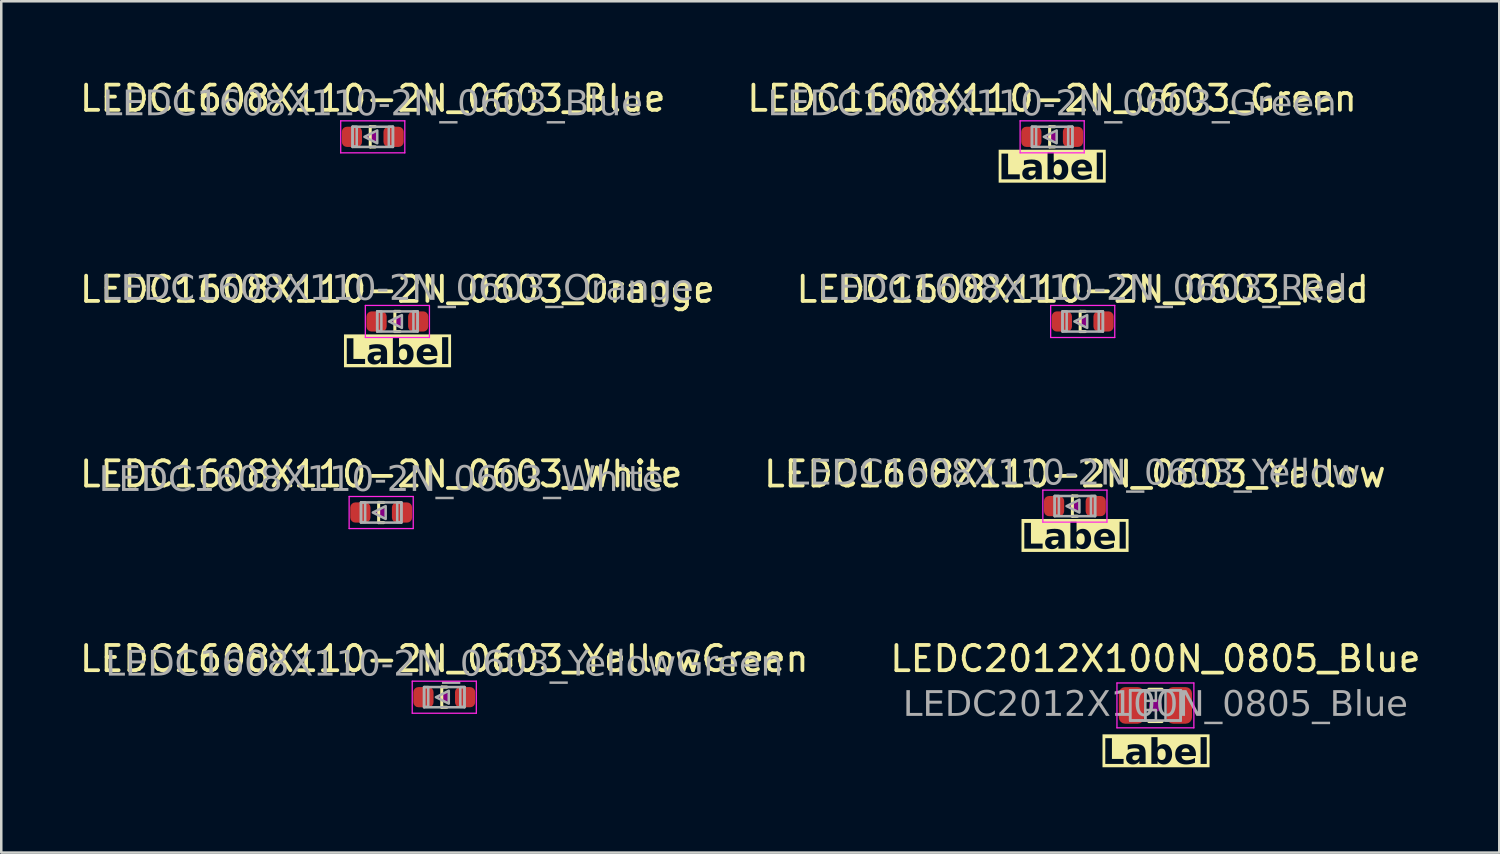
<source format=kicad_pcb>
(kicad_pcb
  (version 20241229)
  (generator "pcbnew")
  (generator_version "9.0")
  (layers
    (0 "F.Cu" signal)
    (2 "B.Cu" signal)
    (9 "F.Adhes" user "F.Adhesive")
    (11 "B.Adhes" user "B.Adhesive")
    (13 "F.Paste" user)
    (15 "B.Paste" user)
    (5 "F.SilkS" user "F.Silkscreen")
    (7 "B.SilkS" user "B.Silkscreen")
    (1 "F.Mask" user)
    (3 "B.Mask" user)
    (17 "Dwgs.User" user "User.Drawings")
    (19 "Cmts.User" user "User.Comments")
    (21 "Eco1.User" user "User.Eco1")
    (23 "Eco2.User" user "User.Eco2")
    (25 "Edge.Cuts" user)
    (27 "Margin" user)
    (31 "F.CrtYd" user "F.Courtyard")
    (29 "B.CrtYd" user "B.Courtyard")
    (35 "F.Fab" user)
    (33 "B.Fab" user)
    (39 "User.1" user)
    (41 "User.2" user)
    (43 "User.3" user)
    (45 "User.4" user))
  (footprint "LEDC2012X100N_0805_Blue"
    (layer "F.Cu")
    (at 42.732 24.901)
    (property "Reference" "LEDC2012X100N_0805_Blue" (at 0 -1.85 0) (layer "F.SilkS") (effects (font (size 1 1) (thickness 0.15))))
    (property "Label" "Label" (at 0.019 1.905 0) (layer "F.SilkS" knockout) (effects (font (face "Tahoma") (size 1 1) (thickness 0.2) (bold yes))))
    (attr smd)
    (fp_line (start -0.261 -0.64) (end 0.261 -0.64) (stroke (width 0.12) (type solid)) (layer "F.SilkS"))
    (fp_line (start -0.261 0.64) (end 0.261 0.64) (stroke (width 0.12) (type solid)) (layer "F.SilkS"))
    (fp_circle (center 0 0) (end 0.25 0) (stroke (width 0) (type solid)) (fill yes) (layer "F.Adhes"))
    (fp_line (start -1.524 -0.889) (end 1.524 -0.889) (stroke (width 0.05) (type solid)) (layer "F.CrtYd"))
    (fp_line (start -1.524 0.889) (end -1.524 -0.889) (stroke (width 0.05) (type solid)) (layer "F.CrtYd"))
    (fp_line (start 1.524 -0.889) (end 1.524 0.889) (stroke (width 0.05) (type solid)) (layer "F.CrtYd"))
    (fp_line (start 1.524 0.889) (end -1.524 0.889) (stroke (width 0.05) (type solid)) (layer "F.CrtYd"))
    (fp_line (start -1 -0.6) (end 1 -0.6) (stroke (width 0.1) (type solid)) (layer "F.Fab"))
    (fp_line (start -1 0.6) (end -1 -0.6) (stroke (width 0.1) (type solid)) (layer "F.Fab"))
    (fp_line (start 1 -0.6) (end 1 0.6) (stroke (width 0.1) (type solid)) (layer "F.Fab"))
    (fp_line (start 1 0.6) (end -1 0.6) (stroke (width 0.1) (type solid)) (layer "F.Fab"))
    (fp_rect (start -1 -0.6) (end -0.4 0.6) (stroke (width 0.1) (type solid)) (fill no) (layer "F.Fab"))
    (fp_rect (start -0.4 -0.6) (end 0.019 -0.181) (stroke (width 0.1) (type solid)) (fill no) (layer "F.Fab"))
    (fp_rect (start -0.4 0.181) (end 0.019 0.6) (stroke (width 0.1) (type solid)) (fill no) (layer "F.Fab"))
    (fp_rect (start 0.4 -0.6) (end 1 0.6) (stroke (width 0.1) (type solid)) (fill no) (layer "F.Fab"))
    (fp_text user "${REFERENCE}" (at 0 0 0) (layer "F.Fab") (effects (font (face "Tahoma") (size 1 1) (thickness 0.15))))
    (pad "A" smd roundrect (at 0.95 0) (size 1 1.45) (layers "F.Cu" "F.Mask" "F.Paste") (roundrect_rratio 0.25))
    (pad "C" smd roundrect (at -0.95 0) (size 1 1.45) (layers "F.Cu" "F.Mask" "F.Paste") (roundrect_rratio 0.25)))
  (footprint "LEDC1608X110-2N_0603_Yellow"
    (layer "F.Cu")
    (at 39.542 17.004)
    (property "Reference" "LEDC1608X110-2N_0603_Yellow" (at 0 -1.27 0) (layer "F.SilkS") (effects (font (size 1 1) (thickness 0.15))))
    (property "Label" "Label" (at 0 1.27 0) (layer "F.SilkS" knockout) (effects (font (face "Tahoma") (size 1 1) (thickness 0.2) (bold yes))))
    (attr smd)
    (fp_line (start -0.1 -0.4) (end -0.1 0.4) (stroke (width 0.12) (type solid)) (layer "F.SilkS"))
    (fp_line (start -0.1 -0.4) (end 0.1 -0.4) (stroke (width 0.12) (type solid)) (layer "F.SilkS"))
    (fp_line (start -0.1 0.4) (end 0.1 0.4) (stroke (width 0.12) (type solid)) (layer "F.SilkS"))
    (fp_circle (center 0 0) (end 0.2 0) (stroke (width 0) (type solid)) (fill yes) (layer "F.Adhes"))
    (fp_line (start -1.27 -0.635) (end 1.27 -0.635) (stroke (width 0.05) (type solid)) (layer "F.CrtYd"))
    (fp_line (start -1.27 0.635) (end -1.27 -0.635) (stroke (width 0.05) (type solid)) (layer "F.CrtYd"))
    (fp_line (start 1.27 -0.635) (end 1.27 0.635) (stroke (width 0.05) (type solid)) (layer "F.CrtYd"))
    (fp_line (start 1.27 0.635) (end -1.27 0.635) (stroke (width 0.05) (type solid)) (layer "F.CrtYd"))
    (fp_line (start -0.8 -0.4) (end 0.8 -0.4) (stroke (width 0.1) (type solid)) (layer "F.Fab"))
    (fp_line (start -0.8 0.4) (end -0.8 -0.4) (stroke (width 0.1) (type solid)) (layer "F.Fab"))
    (fp_line (start 0.8 -0.4) (end 0.8 0.4) (stroke (width 0.1) (type solid)) (layer "F.Fab"))
    (fp_line (start 0.8 0.4) (end -0.8 0.4) (stroke (width 0.1) (type solid)) (layer "F.Fab"))
    (fp_rect (start -0.8 -0.4) (end -0.635 0.381) (stroke (width 0.1) (type solid)) (fill no) (layer "F.Fab"))
    (fp_rect (start 0.635 -0.4) (end 0.8 0.381) (stroke (width 0.1) (type solid)) (fill no) (layer "F.Fab"))
    (fp_poly (pts (xy 0.178 -0.254) (xy 0.178 0.254) (xy -0.33 0)) (stroke (width 0.1) (type solid)) (fill no) (layer "F.Fab"))
    (fp_text user "${REFERENCE}" (at 0 -1.27 0) (layer "F.Fab") (effects (font (face "Tahoma") (size 1 1) (thickness 0.15))))
    (pad "A" smd roundrect (at 0.825 0) (size 0.8 0.8) (layers "F.Cu" "F.Mask" "F.Paste") (roundrect_rratio 0.25))
    (pad "C" smd roundrect (at -0.825 0) (size 0.8 0.8) (layers "F.Cu" "F.Mask" "F.Paste") (roundrect_rratio 0.25)))
  (footprint "LEDC1608X110-2N_0603_Red"
    (layer "F.Cu")
    (at 39.851 9.688)
    (property "Reference" "LEDC1608X110-2N_0603_Red" (at 0 -1.27 0) (layer "F.SilkS") (effects (font (size 1 1) (thickness 0.15))))
    (attr smd)
    (fp_line (start -0.1 -0.4) (end -0.1 0.4) (stroke (width 0.12) (type solid)) (layer "F.SilkS"))
    (fp_line (start -0.1 -0.4) (end 0.1 -0.4) (stroke (width 0.12) (type solid)) (layer "F.SilkS"))
    (fp_line (start -0.1 0.4) (end 0.1 0.4) (stroke (width 0.12) (type solid)) (layer "F.SilkS"))
    (fp_circle (center 0 0) (end 0.2 0) (stroke (width 0) (type solid)) (fill yes) (layer "F.Adhes"))
    (fp_line (start -1.27 -0.635) (end 1.27 -0.635) (stroke (width 0.05) (type solid)) (layer "F.CrtYd"))
    (fp_line (start -1.27 0.635) (end -1.27 -0.635) (stroke (width 0.05) (type solid)) (layer "F.CrtYd"))
    (fp_line (start 1.27 -0.635) (end 1.27 0.635) (stroke (width 0.05) (type solid)) (layer "F.CrtYd"))
    (fp_line (start 1.27 0.635) (end -1.27 0.635) (stroke (width 0.05) (type solid)) (layer "F.CrtYd"))
    (fp_line (start -0.8 -0.4) (end 0.8 -0.4) (stroke (width 0.1) (type solid)) (layer "F.Fab"))
    (fp_line (start -0.8 0.4) (end -0.8 -0.4) (stroke (width 0.1) (type solid)) (layer "F.Fab"))
    (fp_line (start 0.8 -0.4) (end 0.8 0.4) (stroke (width 0.1) (type solid)) (layer "F.Fab"))
    (fp_line (start 0.8 0.4) (end -0.8 0.4) (stroke (width 0.1) (type solid)) (layer "F.Fab"))
    (fp_rect (start -0.8 -0.4) (end -0.635 0.381) (stroke (width 0.1) (type solid)) (fill no) (layer "F.Fab"))
    (fp_rect (start 0.635 -0.4) (end 0.8 0.381) (stroke (width 0.1) (type solid)) (fill no) (layer "F.Fab"))
    (fp_poly (pts (xy 0.178 -0.254) (xy 0.178 0.254) (xy -0.33 0)) (stroke (width 0.1) (type solid)) (fill no) (layer "F.Fab"))
    (fp_text user "${REFERENCE}" (at 0 -1.27 0) (layer "F.Fab") (effects (font (face "Tahoma") (size 1 1) (thickness 0.15))))
    (pad "A" smd roundrect (at 0.825 0) (size 0.8 0.8) (layers "F.Cu" "F.Mask" "F.Paste") (roundrect_rratio 0.25))
    (pad "C" smd roundrect (at -0.825 0) (size 0.8 0.8) (layers "F.Cu" "F.Mask" "F.Paste") (roundrect_rratio 0.25)))
  (footprint "LEDC1608X110-2N_0603_Orange"
    (layer "F.Cu")
    (at 12.696 9.688)
    (property "Reference" "LEDC1608X110-2N_0603_Orange" (at 0 -1.27 0) (layer "F.SilkS") (effects (font (size 1 1) (thickness 0.15))))
    (property "Label" "Label" (at 0 1.27 0) (layer "F.SilkS" knockout) (effects (font (face "Tahoma") (size 1 1) (thickness 0.2) (bold yes))))
    (attr smd)
    (fp_line (start -0.1 -0.4) (end -0.1 0.4) (stroke (width 0.12) (type solid)) (layer "F.SilkS"))
    (fp_line (start -0.1 -0.4) (end 0.1 -0.4) (stroke (width 0.12) (type solid)) (layer "F.SilkS"))
    (fp_line (start -0.1 0.4) (end 0.1 0.4) (stroke (width 0.12) (type solid)) (layer "F.SilkS"))
    (fp_circle (center 0 0) (end 0.2 0) (stroke (width 0) (type solid)) (fill yes) (layer "F.Adhes"))
    (fp_line (start -1.27 -0.635) (end 1.27 -0.635) (stroke (width 0.05) (type solid)) (layer "F.CrtYd"))
    (fp_line (start -1.27 0.635) (end -1.27 -0.635) (stroke (width 0.05) (type solid)) (layer "F.CrtYd"))
    (fp_line (start 1.27 -0.635) (end 1.27 0.635) (stroke (width 0.05) (type solid)) (layer "F.CrtYd"))
    (fp_line (start 1.27 0.635) (end -1.27 0.635) (stroke (width 0.05) (type solid)) (layer "F.CrtYd"))
    (fp_line (start -0.8 -0.4) (end 0.8 -0.4) (stroke (width 0.1) (type solid)) (layer "F.Fab"))
    (fp_line (start -0.8 0.4) (end -0.8 -0.4) (stroke (width 0.1) (type solid)) (layer "F.Fab"))
    (fp_line (start 0.8 -0.4) (end 0.8 0.4) (stroke (width 0.1) (type solid)) (layer "F.Fab"))
    (fp_line (start 0.8 0.4) (end -0.8 0.4) (stroke (width 0.1) (type solid)) (layer "F.Fab"))
    (fp_rect (start -0.8 -0.4) (end -0.635 0.381) (stroke (width 0.1) (type solid)) (fill no) (layer "F.Fab"))
    (fp_rect (start 0.635 -0.4) (end 0.8 0.381) (stroke (width 0.1) (type solid)) (fill no) (layer "F.Fab"))
    (fp_poly (pts (xy 0.178 -0.254) (xy 0.178 0.254) (xy -0.33 0)) (stroke (width 0.1) (type solid)) (fill no) (layer "F.Fab"))
    (fp_text user "${REFERENCE}" (at 0 -1.27 0) (layer "F.Fab") (effects (font (face "Tahoma") (size 1 1) (thickness 0.15))))
    (pad "A" smd roundrect (at 0.825 0) (size 0.8 0.8) (layers "F.Cu" "F.Mask" "F.Paste") (roundrect_rratio 0.25))
    (pad "C" smd roundrect (at -0.825 0) (size 0.8 0.8) (layers "F.Cu" "F.Mask" "F.Paste") (roundrect_rratio 0.25)))
  (footprint "LEDC1608X110-2N_0603_Green"
    (layer "F.Cu")
    (at 38.637 2.372)
    (property "Reference" "LEDC1608X110-2N_0603_Green" (at 0 -1.524 0) (layer "F.SilkS") (effects (font (size 1 1) (thickness 0.15))))
    (property "Label" "Label" (at 0 1.27 0) (layer "F.SilkS" knockout) (effects (font (face "Tahoma") (size 1 1) (thickness 0.2) (bold yes))))
    (attr smd)
    (fp_line (start -0.096 -0.4) (end -0.096 0.4) (stroke (width 0.12) (type solid)) (layer "F.SilkS"))
    (fp_line (start -0.096 -0.4) (end 0.104 -0.4) (stroke (width 0.12) (type solid)) (layer "F.SilkS"))
    (fp_line (start -0.096 0.4) (end 0.104 0.4) (stroke (width 0.12) (type solid)) (layer "F.SilkS"))
    (fp_circle (center 0.004 0) (end 0.204 0) (stroke (width 0) (type solid)) (fill yes) (layer "F.Adhes"))
    (fp_line (start -1.266 -0.635) (end 1.274 -0.635) (stroke (width 0.05) (type solid)) (layer "F.CrtYd"))
    (fp_line (start -1.266 0.635) (end -1.266 -0.635) (stroke (width 0.05) (type solid)) (layer "F.CrtYd"))
    (fp_line (start 1.274 -0.635) (end 1.274 0.635) (stroke (width 0.05) (type solid)) (layer "F.CrtYd"))
    (fp_line (start 1.274 0.635) (end -1.266 0.635) (stroke (width 0.05) (type solid)) (layer "F.CrtYd"))
    (fp_line (start -0.796 -0.4) (end 0.804 -0.4) (stroke (width 0.1) (type solid)) (layer "F.Fab"))
    (fp_line (start -0.796 0.4) (end -0.796 -0.4) (stroke (width 0.1) (type solid)) (layer "F.Fab"))
    (fp_line (start 0.804 -0.4) (end 0.804 0.4) (stroke (width 0.1) (type solid)) (layer "F.Fab"))
    (fp_line (start 0.804 0.4) (end -0.796 0.4) (stroke (width 0.1) (type solid)) (layer "F.Fab"))
    (fp_rect (start -0.796 -0.4) (end -0.631 0.381) (stroke (width 0.1) (type solid)) (fill no) (layer "F.Fab"))
    (fp_rect (start 0.639 -0.4) (end 0.804 0.381) (stroke (width 0.1) (type solid)) (fill no) (layer "F.Fab"))
    (fp_poly (pts (xy 0.182 -0.254) (xy 0.182 0.254) (xy -0.326 0)) (stroke (width 0.1) (type solid)) (fill no) (layer "F.Fab"))
    (fp_text user "${REFERENCE}" (at 0 -1.27 0) (layer "F.Fab") (effects (font (face "Tahoma") (size 1 1) (thickness 0.15))))
    (pad "A" smd roundrect (at 0.829 0) (size 0.8 0.8) (layers "F.Cu" "F.Mask" "F.Paste") (roundrect_rratio 0.25))
    (pad "C" smd roundrect (at -0.821 0) (size 0.8 0.8) (layers "F.Cu" "F.Mask" "F.Paste") (roundrect_rratio 0.25)))
  (footprint "LEDC1608X110-2N_0603_YellowGreen"
    (layer "F.Cu")
    (at 14.554 24.575)
    (property "Reference" "LEDC1608X110-2N_0603_YellowGreen" (at 0 -1.524 0) (layer "F.SilkS") (effects (font (size 1 1) (thickness 0.15))))
    (attr smd)
    (fp_line (start -0.1 -0.4) (end -0.1 0.4) (stroke (width 0.12) (type solid)) (layer "F.SilkS"))
    (fp_line (start -0.1 -0.4) (end 0.1 -0.4) (stroke (width 0.12) (type solid)) (layer "F.SilkS"))
    (fp_line (start -0.1 0.4) (end 0.1 0.4) (stroke (width 0.12) (type solid)) (layer "F.SilkS"))
    (fp_circle (center 0 0) (end 0.2 0) (stroke (width 0) (type solid)) (fill yes) (layer "F.Adhes"))
    (fp_line (start -1.27 -0.635) (end 1.27 -0.635) (stroke (width 0.05) (type solid)) (layer "F.CrtYd"))
    (fp_line (start -1.27 0.635) (end -1.27 -0.635) (stroke (width 0.05) (type solid)) (layer "F.CrtYd"))
    (fp_line (start 1.27 -0.635) (end 1.27 0.635) (stroke (width 0.05) (type solid)) (layer "F.CrtYd"))
    (fp_line (start 1.27 0.635) (end -1.27 0.635) (stroke (width 0.05) (type solid)) (layer "F.CrtYd"))
    (fp_line (start -0.8 -0.4) (end 0.8 -0.4) (stroke (width 0.1) (type solid)) (layer "F.Fab"))
    (fp_line (start -0.8 0.4) (end -0.8 -0.4) (stroke (width 0.1) (type solid)) (layer "F.Fab"))
    (fp_line (start 0.8 -0.4) (end 0.8 0.4) (stroke (width 0.1) (type solid)) (layer "F.Fab"))
    (fp_line (start 0.8 0.4) (end -0.8 0.4) (stroke (width 0.1) (type solid)) (layer "F.Fab"))
    (fp_rect (start -0.8 -0.4) (end -0.635 0.381) (stroke (width 0.1) (type solid)) (fill no) (layer "F.Fab"))
    (fp_rect (start 0.635 -0.4) (end 0.8 0.381) (stroke (width 0.1) (type solid)) (fill no) (layer "F.Fab"))
    (fp_poly (pts (xy 0.178 -0.254) (xy 0.178 0.254) (xy -0.33 0)) (stroke (width 0.1) (type solid)) (fill no) (layer "F.Fab"))
    (fp_text user "${REFERENCE}" (at 0 -1.27 0) (layer "F.Fab") (effects (font (face "Tahoma") (size 1 1) (thickness 0.15))))
    (pad "A" smd roundrect (at 0.825 0) (size 0.8 0.8) (layers "F.Cu" "F.Mask" "F.Paste") (roundrect_rratio 0.25))
    (pad "C" smd roundrect (at -0.825 0) (size 0.8 0.8) (layers "F.Cu" "F.Mask" "F.Paste") (roundrect_rratio 0.25)))
  (footprint "LEDC1608X110-2N_0603_Blue"
    (layer "F.Cu")
    (at 11.72 2.372)
    (property "Reference" "LEDC1608X110-2N_0603_Blue" (at 0 -1.524 0) (layer "F.SilkS") (effects (font (size 1 1) (thickness 0.15))))
    (attr smd)
    (fp_line (start -0.1 -0.4) (end -0.1 0.4) (stroke (width 0.12) (type solid)) (layer "F.SilkS"))
    (fp_line (start -0.1 -0.4) (end 0.1 -0.4) (stroke (width 0.12) (type solid)) (layer "F.SilkS"))
    (fp_line (start -0.1 0.4) (end 0.1 0.4) (stroke (width 0.12) (type solid)) (layer "F.SilkS"))
    (fp_circle (center 0 0) (end 0.2 0) (stroke (width 0) (type solid)) (fill yes) (layer "F.Adhes"))
    (fp_line (start -1.27 -0.635) (end 1.27 -0.635) (stroke (width 0.05) (type solid)) (layer "F.CrtYd"))
    (fp_line (start -1.27 0.635) (end -1.27 -0.635) (stroke (width 0.05) (type solid)) (layer "F.CrtYd"))
    (fp_line (start 1.27 -0.635) (end 1.27 0.635) (stroke (width 0.05) (type solid)) (layer "F.CrtYd"))
    (fp_line (start 1.27 0.635) (end -1.27 0.635) (stroke (width 0.05) (type solid)) (layer "F.CrtYd"))
    (fp_line (start -0.8 -0.4) (end 0.8 -0.4) (stroke (width 0.1) (type solid)) (layer "F.Fab"))
    (fp_line (start -0.8 0.4) (end -0.8 -0.4) (stroke (width 0.1) (type solid)) (layer "F.Fab"))
    (fp_line (start 0.8 -0.4) (end 0.8 0.4) (stroke (width 0.1) (type solid)) (layer "F.Fab"))
    (fp_line (start 0.8 0.4) (end -0.8 0.4) (stroke (width 0.1) (type solid)) (layer "F.Fab"))
    (fp_rect (start -0.8 -0.4) (end -0.635 0.381) (stroke (width 0.1) (type solid)) (fill no) (layer "F.Fab"))
    (fp_rect (start 0.635 -0.4) (end 0.8 0.381) (stroke (width 0.1) (type solid)) (fill no) (layer "F.Fab"))
    (fp_poly (pts (xy 0.178 -0.254) (xy 0.178 0.254) (xy -0.33 0)) (stroke (width 0.1) (type solid)) (fill no) (layer "F.Fab"))
    (fp_text user "${REFERENCE}" (at 0 -1.27 0) (layer "F.Fab") (effects (font (face "Tahoma") (size 1 1) (thickness 0.15))))
    (pad "A" smd roundrect (at 0.825 0) (size 0.8 0.8) (layers "F.Cu" "F.Mask" "F.Paste") (roundrect_rratio 0.25))
    (pad "C" smd roundrect (at -0.825 0) (size 0.8 0.8) (layers "F.Cu" "F.Mask" "F.Paste") (roundrect_rratio 0.25)))
  (footprint "LEDC1608X110-2N_0603_White"
    (layer "F.Cu")
    (at 12.054 17.258)
    (property "Reference" "LEDC1608X110-2N_0603_White" (at 0 -1.524 0) (layer "F.SilkS") (effects (font (size 1 1) (thickness 0.15))))
    (attr smd)
    (fp_line (start -0.1 -0.4) (end -0.1 0.4) (stroke (width 0.12) (type solid)) (layer "F.SilkS"))
    (fp_line (start -0.1 -0.4) (end 0.1 -0.4) (stroke (width 0.12) (type solid)) (layer "F.SilkS"))
    (fp_line (start -0.1 0.4) (end 0.1 0.4) (stroke (width 0.12) (type solid)) (layer "F.SilkS"))
    (fp_circle (center 0 0) (end 0.2 0) (stroke (width 0) (type solid)) (fill yes) (layer "F.Adhes"))
    (fp_line (start -1.27 -0.635) (end 1.27 -0.635) (stroke (width 0.05) (type solid)) (layer "F.CrtYd"))
    (fp_line (start -1.27 0.635) (end -1.27 -0.635) (stroke (width 0.05) (type solid)) (layer "F.CrtYd"))
    (fp_line (start 1.27 -0.635) (end 1.27 0.635) (stroke (width 0.05) (type solid)) (layer "F.CrtYd"))
    (fp_line (start 1.27 0.635) (end -1.27 0.635) (stroke (width 0.05) (type solid)) (layer "F.CrtYd"))
    (fp_line (start -0.8 -0.4) (end 0.8 -0.4) (stroke (width 0.1) (type solid)) (layer "F.Fab"))
    (fp_line (start -0.8 0.4) (end -0.8 -0.4) (stroke (width 0.1) (type solid)) (layer "F.Fab"))
    (fp_line (start 0.8 -0.4) (end 0.8 0.4) (stroke (width 0.1) (type solid)) (layer "F.Fab"))
    (fp_line (start 0.8 0.4) (end -0.8 0.4) (stroke (width 0.1) (type solid)) (layer "F.Fab"))
    (fp_rect (start -0.8 -0.4) (end -0.635 0.381) (stroke (width 0.1) (type solid)) (fill no) (layer "F.Fab"))
    (fp_rect (start 0.635 -0.4) (end 0.8 0.381) (stroke (width 0.1) (type solid)) (fill no) (layer "F.Fab"))
    (fp_poly (pts (xy 0.178 -0.254) (xy 0.178 0.254) (xy -0.33 0)) (stroke (width 0.1) (type solid)) (fill no) (layer "F.Fab"))
    (fp_text user "${REFERENCE}" (at 0 -1.27 0) (layer "F.Fab") (effects (font (face "Tahoma") (size 1 1) (thickness 0.15))))
    (pad "A" smd roundrect (at 0.825 0) (size 0.8 0.8) (layers "F.Cu" "F.Mask" "F.Paste") (roundrect_rratio 0.25))
    (pad "C" smd roundrect (at -0.825 0) (size 0.8 0.8) (layers "F.Cu" "F.Mask" "F.Paste") (roundrect_rratio 0.25)))
  (gr_rect
    (start -3 -3)
    (end 56.357 30.733)
    (stroke (width 0.1) (type default))
    (fill no)
    (layer "Edge.Cuts")))
</source>
